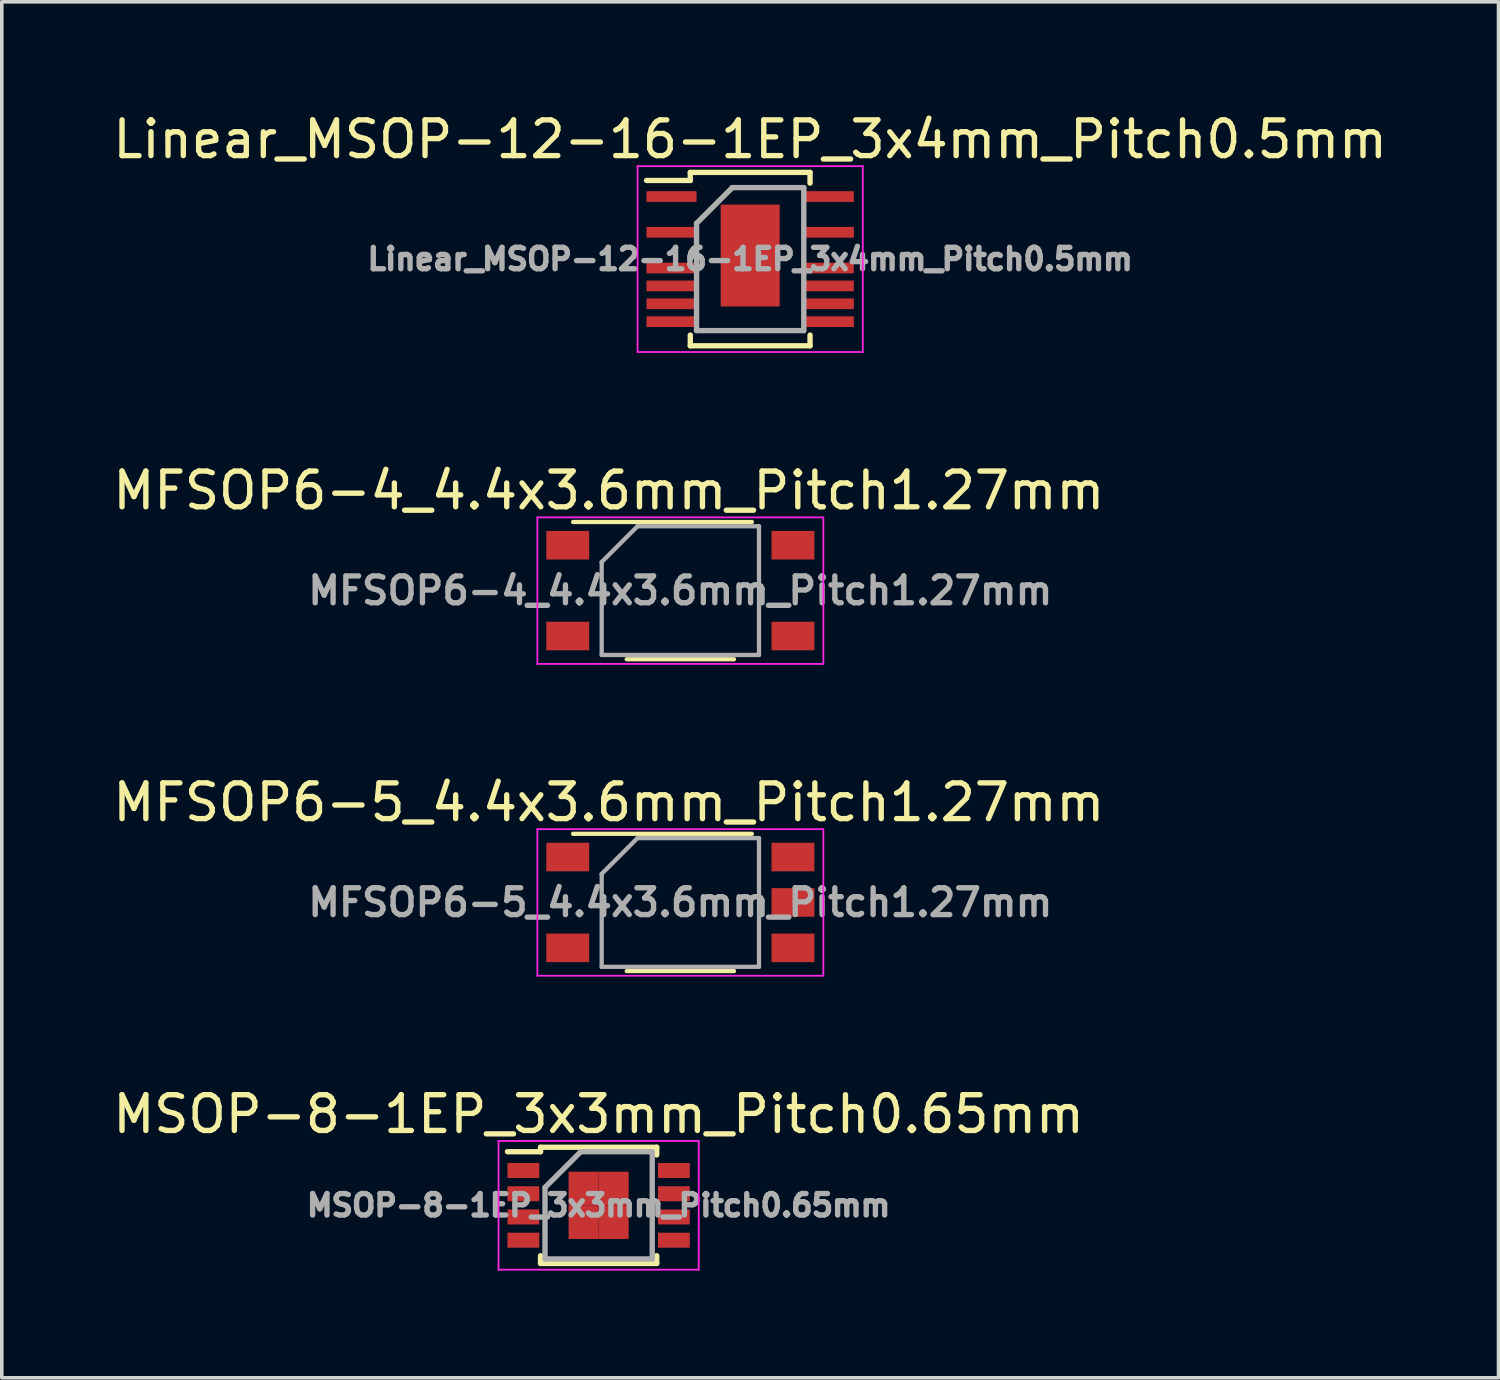
<source format=kicad_pcb>
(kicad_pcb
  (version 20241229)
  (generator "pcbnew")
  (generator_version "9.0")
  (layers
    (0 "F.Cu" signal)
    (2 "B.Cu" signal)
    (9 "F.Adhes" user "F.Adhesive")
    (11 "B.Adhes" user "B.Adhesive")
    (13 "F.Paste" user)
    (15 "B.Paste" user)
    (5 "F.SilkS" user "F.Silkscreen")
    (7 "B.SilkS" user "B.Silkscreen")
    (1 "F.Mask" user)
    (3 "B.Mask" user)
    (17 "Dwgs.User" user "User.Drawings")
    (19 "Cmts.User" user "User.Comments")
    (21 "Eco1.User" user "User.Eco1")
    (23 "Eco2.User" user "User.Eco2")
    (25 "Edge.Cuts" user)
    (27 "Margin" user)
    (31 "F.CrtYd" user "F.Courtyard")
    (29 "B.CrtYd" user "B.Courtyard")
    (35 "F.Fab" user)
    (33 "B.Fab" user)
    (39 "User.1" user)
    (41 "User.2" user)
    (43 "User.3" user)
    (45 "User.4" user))
  (footprint "MFSOP6-5_4.4x3.6mm_Pitch1.27mm"
    (layer "F.Cu")
    (at 15.982 22.195)
    (property "Reference" "MFSOP6-5_4.4x3.6mm_Pitch1.27mm" (at -2 -2.8 0) (layer "F.SilkS") (effects (font (size 1 1) (thickness 0.15))))
    (attr smd)
    (fp_line (start -3 -1.92) (end 2 -1.92) (stroke (width 0.12) (type solid)) (layer "F.SilkS"))
    (fp_line (start 1.5 1.92) (end -1.5 1.92) (stroke (width 0.12) (type solid)) (layer "F.SilkS"))
    (fp_line (start -4 -2.05) (end -4 2.05) (stroke (width 0.05) (type solid)) (layer "F.CrtYd"))
    (fp_line (start -4 -2.05) (end 4 -2.05) (stroke (width 0.05) (type solid)) (layer "F.CrtYd"))
    (fp_line (start 4 2.05) (end -4 2.05) (stroke (width 0.05) (type solid)) (layer "F.CrtYd"))
    (fp_line (start 4 2.05) (end 4 -2.05) (stroke (width 0.05) (type solid)) (layer "F.CrtYd"))
    (fp_line (start -2.2 -0.8) (end -2.2 1.8) (stroke (width 0.12) (type solid)) (layer "F.Fab"))
    (fp_line (start -2.2 1.8) (end 2.2 1.8) (stroke (width 0.12) (type solid)) (layer "F.Fab"))
    (fp_line (start -1.2 -1.8) (end -2.2 -0.8) (stroke (width 0.12) (type solid)) (layer "F.Fab"))
    (fp_line (start 2.2 -1.8) (end -1.2 -1.8) (stroke (width 0.12) (type solid)) (layer "F.Fab"))
    (fp_line (start 2.2 1.8) (end 2.2 -1.8) (stroke (width 0.12) (type solid)) (layer "F.Fab"))
    (fp_text user "${REFERENCE}" (at 0 0 0) (layer "F.Fab") (effects (font (size 0.75 0.75) (thickness 0.15))))
    (pad "1" smd rect (at -3.15 -1.27) (size 1.2 0.8) (layers "F.Cu" "F.Mask" "F.Paste"))
    (pad "3" smd rect (at -3.15 1.27) (size 1.2 0.8) (layers "F.Cu" "F.Mask" "F.Paste"))
    (pad "4" smd rect (at 3.15 1.27) (size 1.2 0.8) (layers "F.Cu" "F.Mask" "F.Paste"))
    (pad "5" smd rect (at 3.15 0) (size 1.2 0.8) (layers "F.Cu" "F.Mask" "F.Paste"))
    (pad "6" smd rect (at 3.15 -1.27) (size 1.2 0.8) (layers "F.Cu" "F.Mask" "F.Paste")))
  (footprint "MFSOP6-4_4.4x3.6mm_Pitch1.27mm"
    (layer "F.Cu")
    (at 15.982 13.472)
    (property "Reference" "MFSOP6-4_4.4x3.6mm_Pitch1.27mm" (at -2 -2.8 0) (layer "F.SilkS") (effects (font (size 1 1) (thickness 0.15))))
    (attr smd)
    (fp_line (start -3 -1.92) (end 2 -1.92) (stroke (width 0.12) (type solid)) (layer "F.SilkS"))
    (fp_line (start 1.5 1.92) (end -1.5 1.92) (stroke (width 0.12) (type solid)) (layer "F.SilkS"))
    (fp_line (start -4 -2.05) (end -4 2.05) (stroke (width 0.05) (type solid)) (layer "F.CrtYd"))
    (fp_line (start -4 -2.05) (end 4 -2.05) (stroke (width 0.05) (type solid)) (layer "F.CrtYd"))
    (fp_line (start 4 2.05) (end -4 2.05) (stroke (width 0.05) (type solid)) (layer "F.CrtYd"))
    (fp_line (start 4 2.05) (end 4 -2.05) (stroke (width 0.05) (type solid)) (layer "F.CrtYd"))
    (fp_line (start -2.2 -0.8) (end -2.2 1.8) (stroke (width 0.12) (type solid)) (layer "F.Fab"))
    (fp_line (start -2.2 1.8) (end 2.2 1.8) (stroke (width 0.12) (type solid)) (layer "F.Fab"))
    (fp_line (start -1.2 -1.8) (end -2.2 -0.8) (stroke (width 0.12) (type solid)) (layer "F.Fab"))
    (fp_line (start 2.2 -1.8) (end -1.2 -1.8) (stroke (width 0.12) (type solid)) (layer "F.Fab"))
    (fp_line (start 2.2 1.8) (end 2.2 -1.8) (stroke (width 0.12) (type solid)) (layer "F.Fab"))
    (fp_text user "${REFERENCE}" (at 0 0 0) (layer "F.Fab") (effects (font (size 0.75 0.75) (thickness 0.15))))
    (pad "1" smd rect (at -3.15 -1.27) (size 1.2 0.8) (layers "F.Cu" "F.Mask" "F.Paste"))
    (pad "3" smd rect (at -3.15 1.27) (size 1.2 0.8) (layers "F.Cu" "F.Mask" "F.Paste"))
    (pad "4" smd rect (at 3.15 1.27) (size 1.2 0.8) (layers "F.Cu" "F.Mask" "F.Paste"))
    (pad "6" smd rect (at 3.15 -1.27) (size 1.2 0.8) (layers "F.Cu" "F.Mask" "F.Paste")))
  (footprint "MSOP-8-1EP_3x3mm_Pitch0.65mm"
    (layer "F.Cu")
    (at 13.696 30.668)
    (property "Reference" "MSOP-8-1EP_3x3mm_Pitch0.65mm" (at 0 -2.55 0) (layer "F.SilkS") (effects (font (size 1 1) (thickness 0.15))))
    (attr smd)
    (fp_line (start -1.625 -1.625) (end -1.625 -1.5) (stroke (width 0.15) (type solid)) (layer "F.SilkS"))
    (fp_line (start -1.625 -1.625) (end 1.625 -1.625) (stroke (width 0.15) (type solid)) (layer "F.SilkS"))
    (fp_line (start -1.625 -1.5) (end -2.55 -1.5) (stroke (width 0.15) (type solid)) (layer "F.SilkS"))
    (fp_line (start -1.625 1.625) (end -1.625 1.41) (stroke (width 0.15) (type solid)) (layer "F.SilkS"))
    (fp_line (start -1.625 1.625) (end 1.625 1.625) (stroke (width 0.15) (type solid)) (layer "F.SilkS"))
    (fp_line (start 1.625 -1.625) (end 1.625 -1.41) (stroke (width 0.15) (type solid)) (layer "F.SilkS"))
    (fp_line (start 1.625 1.625) (end 1.625 1.41) (stroke (width 0.15) (type solid)) (layer "F.SilkS"))
    (fp_line (start -2.8 -1.8) (end -2.8 1.8) (stroke (width 0.05) (type solid)) (layer "F.CrtYd"))
    (fp_line (start -2.8 -1.8) (end 2.8 -1.8) (stroke (width 0.05) (type solid)) (layer "F.CrtYd"))
    (fp_line (start -2.8 1.8) (end 2.8 1.8) (stroke (width 0.05) (type solid)) (layer "F.CrtYd"))
    (fp_line (start 2.8 -1.8) (end 2.8 1.8) (stroke (width 0.05) (type solid)) (layer "F.CrtYd"))
    (fp_line (start -1.5 -0.5) (end -0.5 -1.5) (stroke (width 0.15) (type solid)) (layer "F.Fab"))
    (fp_line (start -1.5 1.5) (end -1.5 -0.5) (stroke (width 0.15) (type solid)) (layer "F.Fab"))
    (fp_line (start -0.5 -1.5) (end 1.5 -1.5) (stroke (width 0.15) (type solid)) (layer "F.Fab"))
    (fp_line (start 1.5 -1.5) (end 1.5 1.5) (stroke (width 0.15) (type solid)) (layer "F.Fab"))
    (fp_line (start 1.5 1.5) (end -1.5 1.5) (stroke (width 0.15) (type solid)) (layer "F.Fab"))
    (fp_text user "${REFERENCE}" (at 0 0 0) (layer "F.Fab") (effects (font (size 0.6 0.6) (thickness 0.15))))
    (pad "1" smd rect (at -2.105 -0.975) (size 0.89 0.42) (layers "F.Cu" "F.Mask" "F.Paste"))
    (pad "2" smd rect (at -2.105 -0.325) (size 0.89 0.42) (layers "F.Cu" "F.Mask" "F.Paste"))
    (pad "3" smd rect (at -2.105 0.325) (size 0.89 0.42) (layers "F.Cu" "F.Mask" "F.Paste"))
    (pad "4" smd rect (at -2.105 0.975) (size 0.89 0.42) (layers "F.Cu" "F.Mask" "F.Paste"))
    (pad "5" smd rect (at 2.105 0.975) (size 0.89 0.42) (layers "F.Cu" "F.Mask" "F.Paste"))
    (pad "6" smd rect (at 2.105 0.325) (size 0.89 0.42) (layers "F.Cu" "F.Mask" "F.Paste"))
    (pad "7" smd rect (at 2.105 -0.325) (size 0.89 0.42) (layers "F.Cu" "F.Mask" "F.Paste"))
    (pad "8" smd rect (at 2.105 -0.975) (size 0.89 0.42) (layers "F.Cu" "F.Mask" "F.Paste"))
    (pad "9" smd rect (at -0.42 -0.47) (size 0.84 0.94) (layers "F.Cu" "F.Mask" "F.Paste"))
    (pad "9" smd rect (at -0.42 0.47) (size 0.84 0.94) (layers "F.Cu" "F.Mask" "F.Paste"))
    (pad "9" smd rect (at 0.42 -0.47) (size 0.84 0.94) (layers "F.Cu" "F.Mask" "F.Paste"))
    (pad "9" smd rect (at 0.42 0.47) (size 0.84 0.94) (layers "F.Cu" "F.Mask" "F.Paste")))
  (footprint "Linear_MSOP-12-16-1EP_3x4mm_Pitch0.5mm"
    (layer "F.Cu")
    (at 17.935 4.198)
    (property "Reference" "Linear_MSOP-12-16-1EP_3x4mm_Pitch0.5mm" (at 0 -3.35 0) (layer "F.SilkS") (effects (font (size 1 1) (thickness 0.15))))
    (attr smd)
    (fp_line (start -1.675 -2.425) (end -1.675 -2.2) (stroke (width 0.15) (type solid)) (layer "F.SilkS"))
    (fp_line (start -1.675 -2.425) (end 1.675 -2.425) (stroke (width 0.15) (type solid)) (layer "F.SilkS"))
    (fp_line (start -1.675 -2.2) (end -2.9 -2.2) (stroke (width 0.15) (type solid)) (layer "F.SilkS"))
    (fp_line (start -1.675 2.425) (end -1.675 2.125) (stroke (width 0.15) (type solid)) (layer "F.SilkS"))
    (fp_line (start -1.675 2.425) (end 1.675 2.425) (stroke (width 0.15) (type solid)) (layer "F.SilkS"))
    (fp_line (start 1.675 -2.425) (end 1.675 -2.125) (stroke (width 0.15) (type solid)) (layer "F.SilkS"))
    (fp_line (start 1.675 2.425) (end 1.675 2.125) (stroke (width 0.15) (type solid)) (layer "F.SilkS"))
    (fp_line (start -3.15 -2.6) (end -3.15 2.6) (stroke (width 0.05) (type solid)) (layer "F.CrtYd"))
    (fp_line (start -3.15 -2.6) (end 3.15 -2.6) (stroke (width 0.05) (type solid)) (layer "F.CrtYd"))
    (fp_line (start -3.15 2.6) (end 3.15 2.6) (stroke (width 0.05) (type solid)) (layer "F.CrtYd"))
    (fp_line (start 3.15 -2.6) (end 3.15 2.6) (stroke (width 0.05) (type solid)) (layer "F.CrtYd"))
    (fp_line (start -1.5 -1) (end -0.5 -2) (stroke (width 0.15) (type solid)) (layer "F.Fab"))
    (fp_line (start -1.5 2) (end -1.5 -1) (stroke (width 0.15) (type solid)) (layer "F.Fab"))
    (fp_line (start -0.5 -2) (end 1.5 -2) (stroke (width 0.15) (type solid)) (layer "F.Fab"))
    (fp_line (start 1.5 -2) (end 1.5 2) (stroke (width 0.15) (type solid)) (layer "F.Fab"))
    (fp_line (start 1.5 2) (end -1.5 2) (stroke (width 0.15) (type solid)) (layer "F.Fab"))
    (fp_text user "${REFERENCE}" (at 0 0 0) (layer "F.Fab") (effects (font (size 0.6 0.6) (thickness 0.15))))
    (pad "1" smd rect (at -2.2 -1.75) (size 1.4 0.3) (layers "F.Cu" "F.Mask" "F.Paste"))
    (pad "3" smd rect (at -2.2 -0.75) (size 1.4 0.3) (layers "F.Cu" "F.Mask" "F.Paste"))
    (pad "5" smd rect (at -2.2 0.25) (size 1.4 0.3) (layers "F.Cu" "F.Mask" "F.Paste"))
    (pad "6" smd rect (at -2.2 0.75) (size 1.4 0.3) (layers "F.Cu" "F.Mask" "F.Paste"))
    (pad "7" smd rect (at -2.2 1.25) (size 1.4 0.3) (layers "F.Cu" "F.Mask" "F.Paste"))
    (pad "8" smd rect (at -2.2 1.75) (size 1.4 0.3) (layers "F.Cu" "F.Mask" "F.Paste"))
    (pad "9" smd rect (at 2.2 1.75) (size 1.4 0.3) (layers "F.Cu" "F.Mask" "F.Paste"))
    (pad "10" smd rect (at 2.2 1.25) (size 1.4 0.3) (layers "F.Cu" "F.Mask" "F.Paste"))
    (pad "11" smd rect (at 2.2 0.75) (size 1.4 0.3) (layers "F.Cu" "F.Mask" "F.Paste"))
    (pad "12" smd rect (at 2.2 0.25) (size 1.4 0.3) (layers "F.Cu" "F.Mask" "F.Paste"))
    (pad "14" smd rect (at 2.2 -0.75) (size 1.4 0.3) (layers "F.Cu" "F.Mask" "F.Paste"))
    (pad "16" smd rect (at 2.2 -1.75) (size 1.4 0.3) (layers "F.Cu" "F.Mask" "F.Paste"))
    (pad "17" smd rect (at 0 -0.1) (size 1.65 2.85) (layers "F.Cu" "F.Mask" "F.Paste")))
  (gr_rect
    (start -3 -3)
    (end 38.869 35.493)
    (stroke (width 0.1) (type default))
    (fill no)
    (layer "Edge.Cuts")))
</source>
